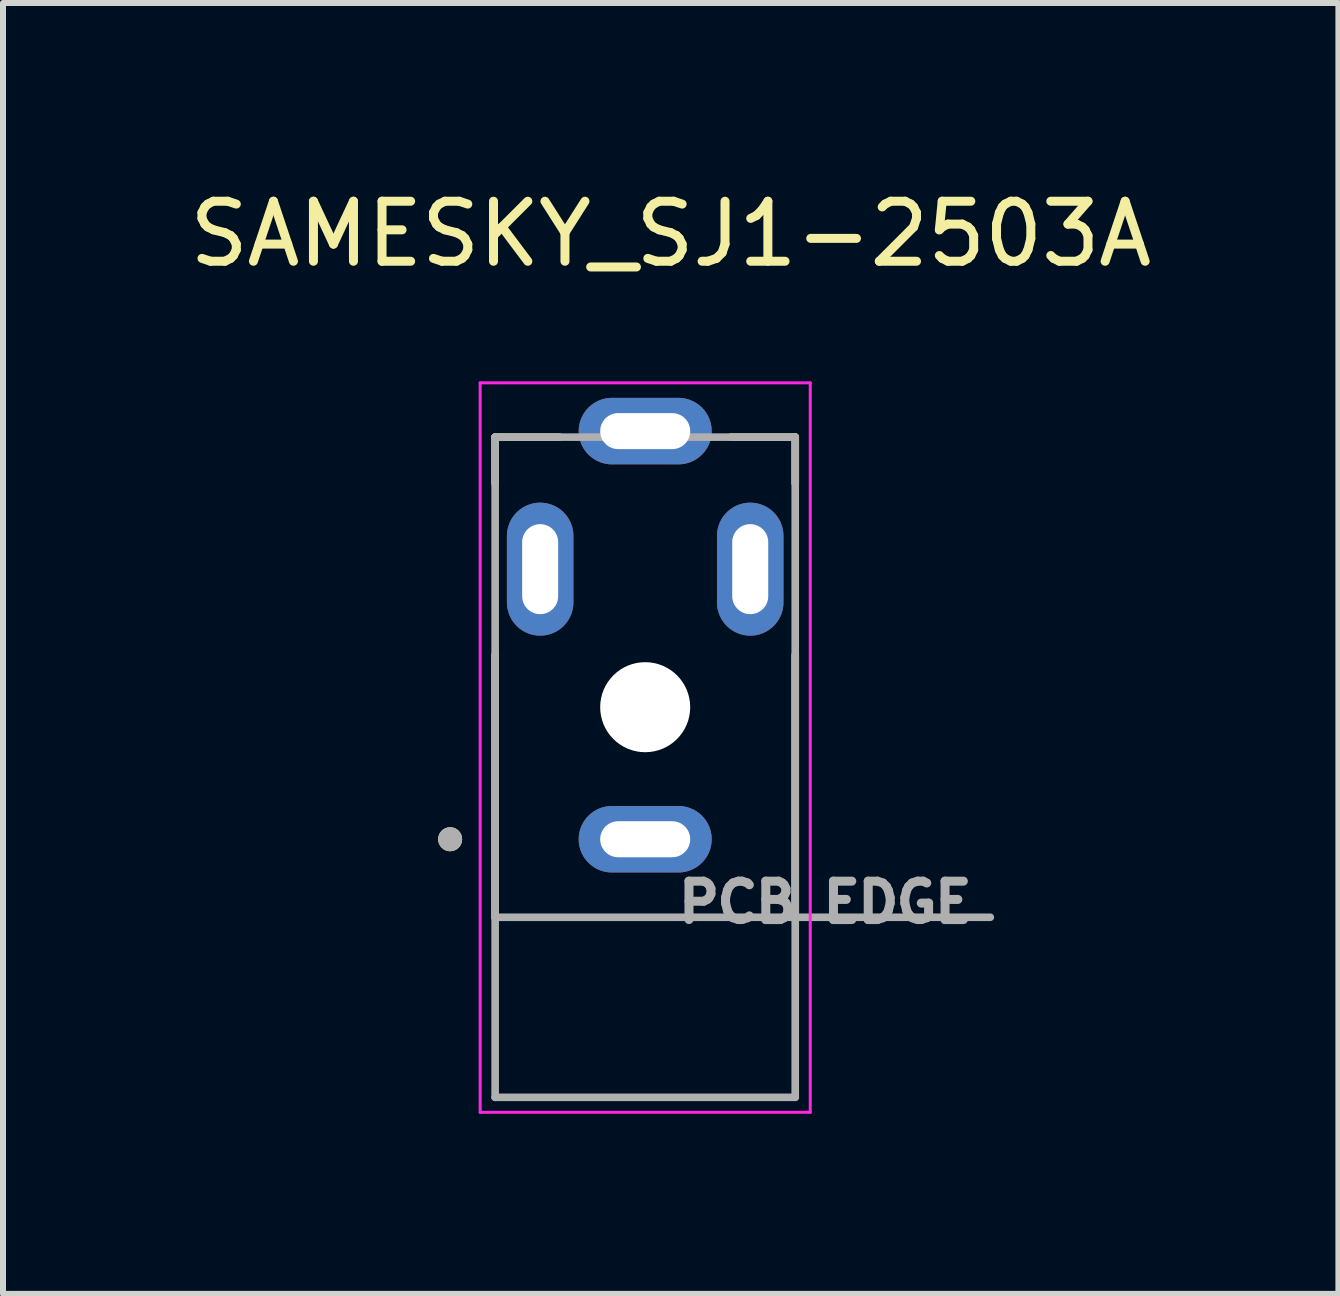
<source format=kicad_pcb>
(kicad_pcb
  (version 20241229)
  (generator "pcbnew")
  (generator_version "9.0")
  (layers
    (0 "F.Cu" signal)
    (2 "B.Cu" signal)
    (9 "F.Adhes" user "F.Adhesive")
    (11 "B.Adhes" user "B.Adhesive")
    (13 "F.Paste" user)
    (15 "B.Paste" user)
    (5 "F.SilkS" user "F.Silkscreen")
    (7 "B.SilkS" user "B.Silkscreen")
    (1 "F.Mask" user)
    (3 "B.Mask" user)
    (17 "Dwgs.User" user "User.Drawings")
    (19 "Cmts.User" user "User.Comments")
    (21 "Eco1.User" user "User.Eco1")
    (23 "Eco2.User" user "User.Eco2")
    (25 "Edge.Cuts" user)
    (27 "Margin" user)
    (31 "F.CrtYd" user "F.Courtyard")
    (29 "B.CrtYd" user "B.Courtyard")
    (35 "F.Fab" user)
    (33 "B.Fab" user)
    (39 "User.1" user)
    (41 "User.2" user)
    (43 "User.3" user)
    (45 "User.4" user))
  (footprint "SAMESKY_SJ1-2503A"
    (layer "F.Cu")
    (at 7.7 9.733)
    (property "Reference" "SAMESKY_SJ1-2503A" (at 0.425 -8.885 0) (layer "F.SilkS") (effects (font (size 1 1) (thickness 0.15))))
    (attr through_hole)
    (fp_line (start -2.5 -5.5) (end -2.5 -4.728) (stroke (width 0.127) (type solid)) (layer "F.SilkS"))
    (fp_line (start -2.5 2.5) (end -2.5 -1.872) (stroke (width 0.127) (type solid)) (layer "F.SilkS"))
    (fp_line (start -1.428 -5.5) (end -2.5 -5.5) (stroke (width 0.127) (type solid)) (layer "F.SilkS"))
    (fp_line (start 2.5 -5.5) (end 1.428 -5.5) (stroke (width 0.127) (type solid)) (layer "F.SilkS"))
    (fp_line (start 2.5 -4.728) (end 2.5 -5.5) (stroke (width 0.127) (type solid)) (layer "F.SilkS"))
    (fp_line (start 2.5 2.5) (end 2.5 -1.872) (stroke (width 0.127) (type solid)) (layer "F.SilkS"))
    (fp_circle (center -3.25 1.2) (end -3.15 1.2) (stroke (width 0.2) (type solid)) (fill no) (layer "F.SilkS"))
    (fp_line (start -2.75 -6.404) (end -2.75 5.75) (stroke (width 0.05) (type solid)) (layer "F.CrtYd"))
    (fp_line (start -2.75 5.75) (end 2.75 5.75) (stroke (width 0.05) (type solid)) (layer "F.CrtYd"))
    (fp_line (start 2.75 -6.404) (end -2.75 -6.404) (stroke (width 0.05) (type solid)) (layer "F.CrtYd"))
    (fp_line (start 2.75 5.75) (end 2.75 -6.404) (stroke (width 0.05) (type solid)) (layer "F.CrtYd"))
    (fp_line (start -2.5 -5.5) (end -2.5 2.5) (stroke (width 0.127) (type solid)) (layer "F.Fab"))
    (fp_line (start -2.5 2.5) (end -2.5 5.5) (stroke (width 0.127) (type solid)) (layer "F.Fab"))
    (fp_line (start -2.5 2.5) (end 2.5 2.5) (stroke (width 0.127) (type solid)) (layer "F.Fab"))
    (fp_line (start -2.5 5.5) (end 2.5 5.5) (stroke (width 0.127) (type solid)) (layer "F.Fab"))
    (fp_line (start 2.5 -5.5) (end -2.5 -5.5) (stroke (width 0.127) (type solid)) (layer "F.Fab"))
    (fp_line (start 2.5 2.5) (end 2.5 -5.5) (stroke (width 0.127) (type solid)) (layer "F.Fab"))
    (fp_line (start 2.5 2.5) (end 5.75 2.5) (stroke (width 0.127) (type solid)) (layer "F.Fab"))
    (fp_line (start 2.5 5.5) (end 2.5 2.5) (stroke (width 0.127) (type solid)) (layer "F.Fab"))
    (fp_circle (center -3.25 1.2) (end -3.15 1.2) (stroke (width 0.2) (type solid)) (fill no) (layer "F.Fab"))
    (fp_text user "PCB EDGE" (at 3 2.25 0) (layer "F.Fab") (effects (font (size 0.64 0.64) (thickness 0.15))))
    (pad "" np_thru_hole circle (at 0 -1) (size 1.5 1.5) (drill 1.5) (layers "*.Cu" "*.Mask"))
    (pad "1" thru_hole oval (at 0 1.2) (size 2.216 1.108) (drill oval 1.5 0.6) (layers "*.Cu" "*.Mask"))
    (pad "2" thru_hole oval (at 1.75 -3.3) (size 1.108 2.216) (drill oval 0.6 1.5) (layers "*.Cu" "*.Mask"))
    (pad "3" thru_hole oval (at -1.75 -3.3) (size 1.108 2.216) (drill oval 0.6 1.5) (layers "*.Cu" "*.Mask"))
    (pad "4" thru_hole oval (at 0 -5.6) (size 2.216 1.108) (drill oval 1.5 0.6) (layers "*.Cu" "*.Mask")))
  (gr_rect
    (start -3 -3)
    (end 19.25 18.508)
    (stroke (width 0.1) (type default))
    (fill no)
    (layer "Edge.Cuts")))
</source>
